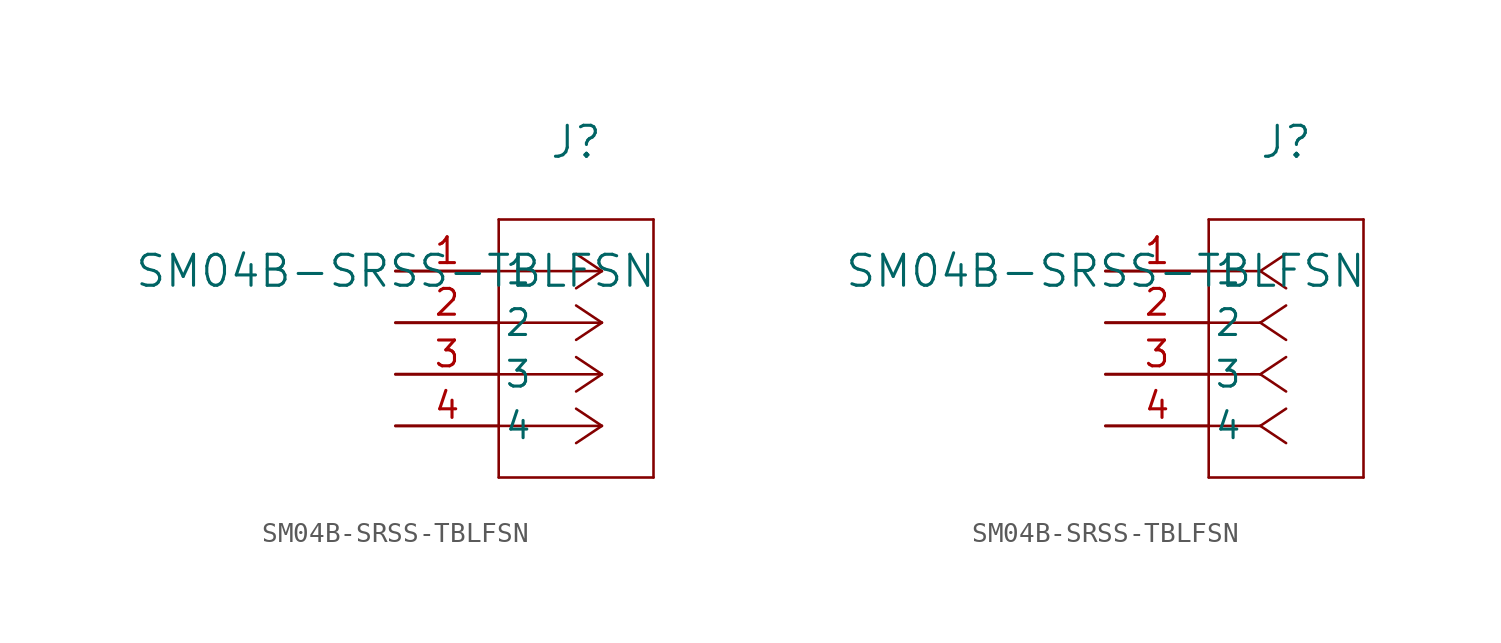
<source format=kicad_sym>
(kicad_symbol_lib
  (version 20211014)
  (generator kicad_symbol_editor)
  (symbol "SM04B-SRSS-TBLFSN"
    (pin_names
      (offset 0.254))
    (property "Reference" "J"
      (at 8.89 6.35 0)
      (effects (font (size 1.524 1.524))))
    (property "Value" "SM04B-SRSS-TBLFSN"
      (at 0 0 0)
      (effects (font (size 1.524 1.524))))
    (symbol "SM04B-SRSS-TBLFSN_1_1"
      (polyline (pts (xy 10.16 0) (xy 5.08 0)) (stroke (width 0.127) (type default) (color 0 0 0 0)) (fill (type none)))
      (polyline (pts (xy 10.16 -2.54) (xy 5.08 -2.54)) (stroke (width 0.127) (type default) (color 0 0 0 0)) (fill (type none)))
      (polyline (pts (xy 10.16 -5.08) (xy 5.08 -5.08)) (stroke (width 0.127) (type default) (color 0 0 0 0)) (fill (type none)))
      (polyline (pts (xy 10.16 -7.62) (xy 5.08 -7.62)) (stroke (width 0.127) (type default) (color 0 0 0 0)) (fill (type none)))
      (polyline (pts (xy 10.16 0) (xy 8.89 0.847)) (stroke (width 0.127) (type default) (color 0 0 0 0)) (fill (type none)))
      (polyline (pts (xy 10.16 -2.54) (xy 8.89 -1.693)) (stroke (width 0.127) (type default) (color 0 0 0 0)) (fill (type none)))
      (polyline (pts (xy 10.16 -5.08) (xy 8.89 -4.233)) (stroke (width 0.127) (type default) (color 0 0 0 0)) (fill (type none)))
      (polyline (pts (xy 10.16 -7.62) (xy 8.89 -6.773)) (stroke (width 0.127) (type default) (color 0 0 0 0)) (fill (type none)))
      (polyline (pts (xy 10.16 0) (xy 8.89 -0.847)) (stroke (width 0.127) (type default) (color 0 0 0 0)) (fill (type none)))
      (polyline (pts (xy 10.16 -2.54) (xy 8.89 -3.387)) (stroke (width 0.127) (type default) (color 0 0 0 0)) (fill (type none)))
      (polyline (pts (xy 10.16 -5.08) (xy 8.89 -5.927)) (stroke (width 0.127) (type default) (color 0 0 0 0)) (fill (type none)))
      (polyline (pts (xy 10.16 -7.62) (xy 8.89 -8.467)) (stroke (width 0.127) (type default) (color 0 0 0 0)) (fill (type none)))
      (polyline (pts (xy 5.08 2.54) (xy 5.08 -10.16)) (stroke (width 0.127) (type default) (color 0 0 0 0)) (fill (type none)))
      (polyline (pts (xy 5.08 -10.16) (xy 12.7 -10.16)) (stroke (width 0.127) (type default) (color 0 0 0 0)) (fill (type none)))
      (polyline (pts (xy 12.7 -10.16) (xy 12.7 2.54)) (stroke (width 0.127) (type default) (color 0 0 0 0)) (fill (type none)))
      (polyline (pts (xy 12.7 2.54) (xy 5.08 2.54)) (stroke (width 0.127) (type default) (color 0 0 0 0)) (fill (type none)))
      (pin unspecified line (at 0 0 0) (length 5.08) (name "1" (effects (font (size 1.27 1.27)))) (number "1" (effects (font (size 1.27 1.27)))))
      (pin unspecified line (at 0 -2.54 0) (length 5.08) (name "2" (effects (font (size 1.27 1.27)))) (number "2" (effects (font (size 1.27 1.27)))))
      (pin unspecified line (at 0 -5.08 0) (length 5.08) (name "3" (effects (font (size 1.27 1.27)))) (number "3" (effects (font (size 1.27 1.27)))))
      (pin unspecified line (at 0 -7.62 0) (length 5.08) (name "4" (effects (font (size 1.27 1.27)))) (number "4" (effects (font (size 1.27 1.27))))))
    (symbol "SM04B-SRSS-TBLFSN_1_2"
      (polyline (pts (xy 7.62 0) (xy 5.08 0)) (stroke (width 0.127) (type default) (color 0 0 0 0)) (fill (type none)))
      (polyline (pts (xy 7.62 -2.54) (xy 5.08 -2.54)) (stroke (width 0.127) (type default) (color 0 0 0 0)) (fill (type none)))
      (polyline (pts (xy 7.62 -5.08) (xy 5.08 -5.08)) (stroke (width 0.127) (type default) (color 0 0 0 0)) (fill (type none)))
      (polyline (pts (xy 7.62 -7.62) (xy 5.08 -7.62)) (stroke (width 0.127) (type default) (color 0 0 0 0)) (fill (type none)))
      (polyline (pts (xy 7.62 0) (xy 8.89 0.847)) (stroke (width 0.127) (type default) (color 0 0 0 0)) (fill (type none)))
      (polyline (pts (xy 7.62 -2.54) (xy 8.89 -1.693)) (stroke (width 0.127) (type default) (color 0 0 0 0)) (fill (type none)))
      (polyline (pts (xy 7.62 -5.08) (xy 8.89 -4.233)) (stroke (width 0.127) (type default) (color 0 0 0 0)) (fill (type none)))
      (polyline (pts (xy 7.62 -7.62) (xy 8.89 -6.773)) (stroke (width 0.127) (type default) (color 0 0 0 0)) (fill (type none)))
      (polyline (pts (xy 7.62 0) (xy 8.89 -0.847)) (stroke (width 0.127) (type default) (color 0 0 0 0)) (fill (type none)))
      (polyline (pts (xy 7.62 -2.54) (xy 8.89 -3.387)) (stroke (width 0.127) (type default) (color 0 0 0 0)) (fill (type none)))
      (polyline (pts (xy 7.62 -5.08) (xy 8.89 -5.927)) (stroke (width 0.127) (type default) (color 0 0 0 0)) (fill (type none)))
      (polyline (pts (xy 7.62 -7.62) (xy 8.89 -8.467)) (stroke (width 0.127) (type default) (color 0 0 0 0)) (fill (type none)))
      (polyline (pts (xy 5.08 2.54) (xy 5.08 -10.16)) (stroke (width 0.127) (type default) (color 0 0 0 0)) (fill (type none)))
      (polyline (pts (xy 5.08 -10.16) (xy 12.7 -10.16)) (stroke (width 0.127) (type default) (color 0 0 0 0)) (fill (type none)))
      (polyline (pts (xy 12.7 -10.16) (xy 12.7 2.54)) (stroke (width 0.127) (type default) (color 0 0 0 0)) (fill (type none)))
      (polyline (pts (xy 12.7 2.54) (xy 5.08 2.54)) (stroke (width 0.127) (type default) (color 0 0 0 0)) (fill (type none)))
      (pin unspecified line (at 0 0 0) (length 5.08) (name "1" (effects (font (size 1.27 1.27)))) (number "1" (effects (font (size 1.27 1.27)))))
      (pin unspecified line (at 0 -2.54 0) (length 5.08) (name "2" (effects (font (size 1.27 1.27)))) (number "2" (effects (font (size 1.27 1.27)))))
      (pin unspecified line (at 0 -5.08 0) (length 5.08) (name "3" (effects (font (size 1.27 1.27)))) (number "3" (effects (font (size 1.27 1.27)))))
      (pin unspecified line (at 0 -7.62 0) (length 5.08) (name "4" (effects (font (size 1.27 1.27)))) (number "4" (effects (font (size 1.27 1.27))))))))
</source>
